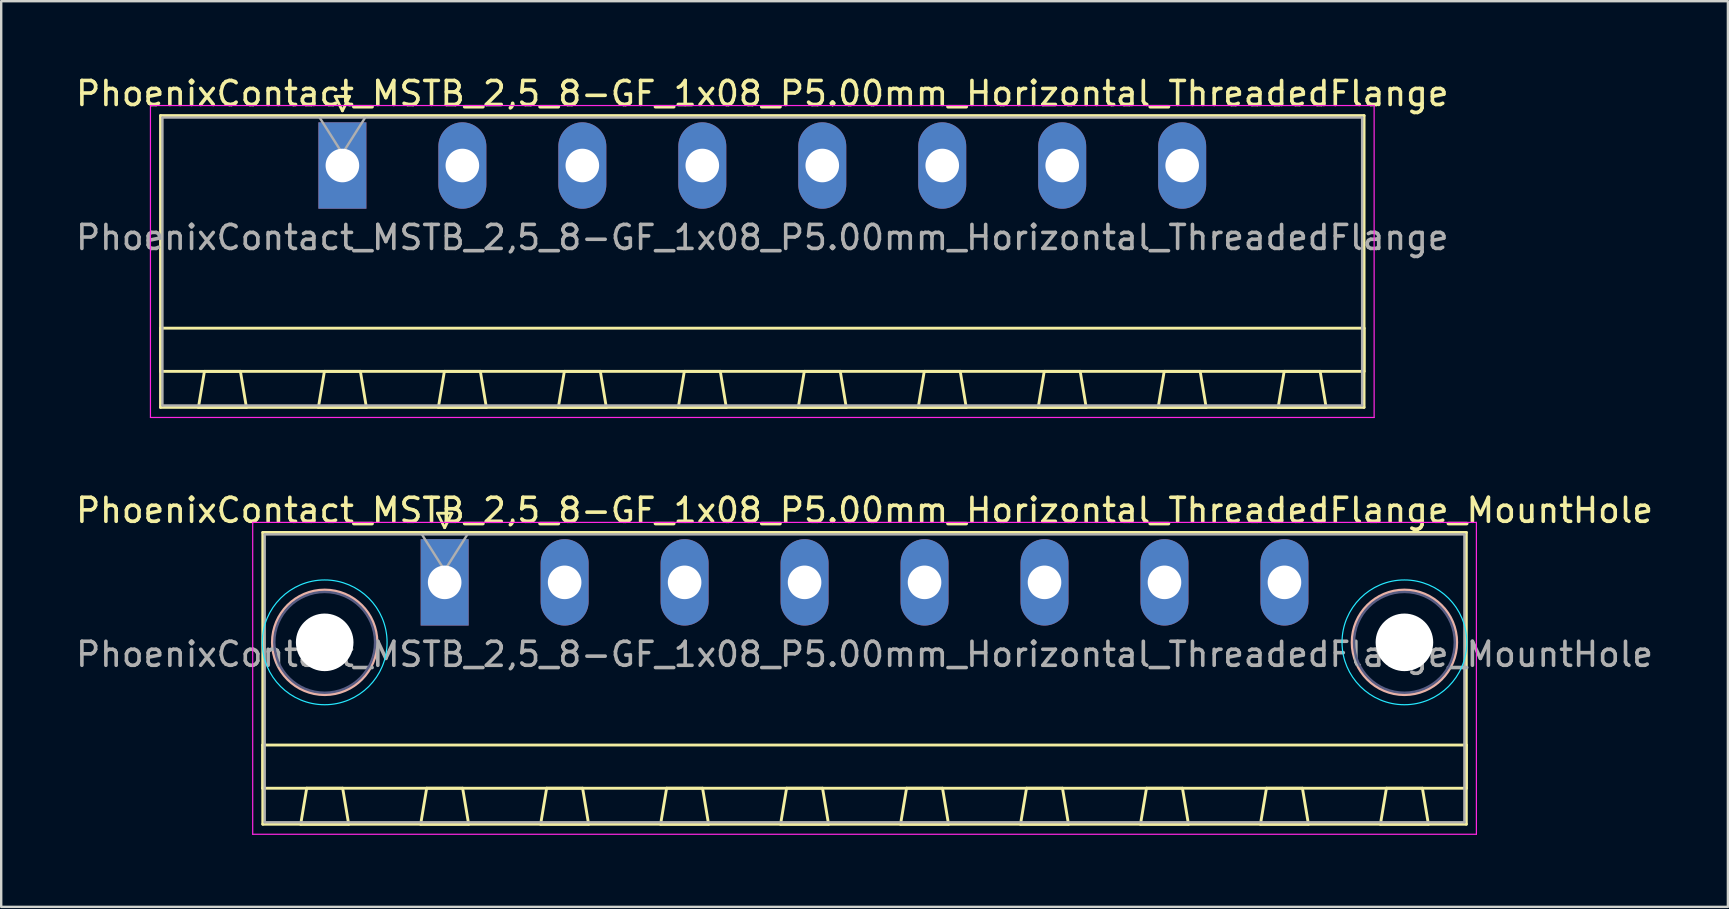
<source format=kicad_pcb>
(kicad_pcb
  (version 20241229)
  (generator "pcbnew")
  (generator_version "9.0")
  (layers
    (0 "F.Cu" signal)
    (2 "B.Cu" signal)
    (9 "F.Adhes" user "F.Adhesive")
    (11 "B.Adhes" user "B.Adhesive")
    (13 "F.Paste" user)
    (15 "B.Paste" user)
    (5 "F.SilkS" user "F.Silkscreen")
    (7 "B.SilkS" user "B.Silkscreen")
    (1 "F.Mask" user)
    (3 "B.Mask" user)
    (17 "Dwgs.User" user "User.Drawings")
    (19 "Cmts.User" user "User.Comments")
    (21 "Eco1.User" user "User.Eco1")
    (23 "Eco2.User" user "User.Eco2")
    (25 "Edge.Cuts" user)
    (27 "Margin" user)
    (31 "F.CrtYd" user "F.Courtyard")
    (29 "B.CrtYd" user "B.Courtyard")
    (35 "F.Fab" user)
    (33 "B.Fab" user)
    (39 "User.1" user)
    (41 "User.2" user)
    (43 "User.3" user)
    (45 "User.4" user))
  (footprint "PhoenixContact_MSTB_2,5_8-GF_1x08_P5.00mm_Horizontal_ThreadedFlange_MountHole"
    (layer "F.Cu")
    (at 15.482 21.221)
    (property "Reference" "PhoenixContact_MSTB_2,5_8-GF_1x08_P5.00mm_Horizontal_ThreadedFlange_MountHole" (at 17.5 -3 0) (layer "F.SilkS") (effects (font (size 1 1) (thickness 0.15))))
    (attr through_hole)
    (fp_line (start -7.58 -2.08) (end -7.58 10.08) (stroke (width 0.12) (type solid)) (layer "F.SilkS"))
    (fp_line (start -7.58 6.78) (end 42.58 6.78) (stroke (width 0.12) (type solid)) (layer "F.SilkS"))
    (fp_line (start -7.58 8.58) (end -7.58 6.78) (stroke (width 0.12) (type solid)) (layer "F.SilkS"))
    (fp_line (start -7.58 10.08) (end 42.58 10.08) (stroke (width 0.12) (type solid)) (layer "F.SilkS"))
    (fp_line (start -6 10.08) (end -4 10.08) (stroke (width 0.12) (type solid)) (layer "F.SilkS"))
    (fp_line (start -5.75 8.58) (end -6 10.08) (stroke (width 0.12) (type solid)) (layer "F.SilkS"))
    (fp_line (start -4.25 8.58) (end -5.75 8.58) (stroke (width 0.12) (type solid)) (layer "F.SilkS"))
    (fp_line (start -4 10.08) (end -4.25 8.58) (stroke (width 0.12) (type solid)) (layer "F.SilkS"))
    (fp_line (start -1 10.08) (end 1 10.08) (stroke (width 0.12) (type solid)) (layer "F.SilkS"))
    (fp_line (start -0.75 8.58) (end -1 10.08) (stroke (width 0.12) (type solid)) (layer "F.SilkS"))
    (fp_line (start -0.3 -2.88) (end 0.3 -2.88) (stroke (width 0.12) (type solid)) (layer "F.SilkS"))
    (fp_line (start 0 -2.28) (end -0.3 -2.88) (stroke (width 0.12) (type solid)) (layer "F.SilkS"))
    (fp_line (start 0.3 -2.88) (end 0 -2.28) (stroke (width 0.12) (type solid)) (layer "F.SilkS"))
    (fp_line (start 0.75 8.58) (end -0.75 8.58) (stroke (width 0.12) (type solid)) (layer "F.SilkS"))
    (fp_line (start 1 10.08) (end 0.75 8.58) (stroke (width 0.12) (type solid)) (layer "F.SilkS"))
    (fp_line (start 4 10.08) (end 6 10.08) (stroke (width 0.12) (type solid)) (layer "F.SilkS"))
    (fp_line (start 4.25 8.58) (end 4 10.08) (stroke (width 0.12) (type solid)) (layer "F.SilkS"))
    (fp_line (start 5.75 8.58) (end 4.25 8.58) (stroke (width 0.12) (type solid)) (layer "F.SilkS"))
    (fp_line (start 6 10.08) (end 5.75 8.58) (stroke (width 0.12) (type solid)) (layer "F.SilkS"))
    (fp_line (start 9 10.08) (end 11 10.08) (stroke (width 0.12) (type solid)) (layer "F.SilkS"))
    (fp_line (start 9.25 8.58) (end 9 10.08) (stroke (width 0.12) (type solid)) (layer "F.SilkS"))
    (fp_line (start 10.75 8.58) (end 9.25 8.58) (stroke (width 0.12) (type solid)) (layer "F.SilkS"))
    (fp_line (start 11 10.08) (end 10.75 8.58) (stroke (width 0.12) (type solid)) (layer "F.SilkS"))
    (fp_line (start 14 10.08) (end 16 10.08) (stroke (width 0.12) (type solid)) (layer "F.SilkS"))
    (fp_line (start 14.25 8.58) (end 14 10.08) (stroke (width 0.12) (type solid)) (layer "F.SilkS"))
    (fp_line (start 15.75 8.58) (end 14.25 8.58) (stroke (width 0.12) (type solid)) (layer "F.SilkS"))
    (fp_line (start 16 10.08) (end 15.75 8.58) (stroke (width 0.12) (type solid)) (layer "F.SilkS"))
    (fp_line (start 19 10.08) (end 21 10.08) (stroke (width 0.12) (type solid)) (layer "F.SilkS"))
    (fp_line (start 19.25 8.58) (end 19 10.08) (stroke (width 0.12) (type solid)) (layer "F.SilkS"))
    (fp_line (start 20.75 8.58) (end 19.25 8.58) (stroke (width 0.12) (type solid)) (layer "F.SilkS"))
    (fp_line (start 21 10.08) (end 20.75 8.58) (stroke (width 0.12) (type solid)) (layer "F.SilkS"))
    (fp_line (start 24 10.08) (end 26 10.08) (stroke (width 0.12) (type solid)) (layer "F.SilkS"))
    (fp_line (start 24.25 8.58) (end 24 10.08) (stroke (width 0.12) (type solid)) (layer "F.SilkS"))
    (fp_line (start 25.75 8.58) (end 24.25 8.58) (stroke (width 0.12) (type solid)) (layer "F.SilkS"))
    (fp_line (start 26 10.08) (end 25.75 8.58) (stroke (width 0.12) (type solid)) (layer "F.SilkS"))
    (fp_line (start 29 10.08) (end 31 10.08) (stroke (width 0.12) (type solid)) (layer "F.SilkS"))
    (fp_line (start 29.25 8.58) (end 29 10.08) (stroke (width 0.12) (type solid)) (layer "F.SilkS"))
    (fp_line (start 30.75 8.58) (end 29.25 8.58) (stroke (width 0.12) (type solid)) (layer "F.SilkS"))
    (fp_line (start 31 10.08) (end 30.75 8.58) (stroke (width 0.12) (type solid)) (layer "F.SilkS"))
    (fp_line (start 34 10.08) (end 36 10.08) (stroke (width 0.12) (type solid)) (layer "F.SilkS"))
    (fp_line (start 34.25 8.58) (end 34 10.08) (stroke (width 0.12) (type solid)) (layer "F.SilkS"))
    (fp_line (start 35.75 8.58) (end 34.25 8.58) (stroke (width 0.12) (type solid)) (layer "F.SilkS"))
    (fp_line (start 36 10.08) (end 35.75 8.58) (stroke (width 0.12) (type solid)) (layer "F.SilkS"))
    (fp_line (start 39 10.08) (end 41 10.08) (stroke (width 0.12) (type solid)) (layer "F.SilkS"))
    (fp_line (start 39.25 8.58) (end 39 10.08) (stroke (width 0.12) (type solid)) (layer "F.SilkS"))
    (fp_line (start 40.75 8.58) (end 39.25 8.58) (stroke (width 0.12) (type solid)) (layer "F.SilkS"))
    (fp_line (start 41 10.08) (end 40.75 8.58) (stroke (width 0.12) (type solid)) (layer "F.SilkS"))
    (fp_line (start 42.58 -2.08) (end -7.58 -2.08) (stroke (width 0.12) (type solid)) (layer "F.SilkS"))
    (fp_line (start 42.58 6.78) (end 42.58 8.58) (stroke (width 0.12) (type solid)) (layer "F.SilkS"))
    (fp_line (start 42.58 8.58) (end -7.58 8.58) (stroke (width 0.12) (type solid)) (layer "F.SilkS"))
    (fp_line (start 42.58 10.08) (end 42.58 -2.08) (stroke (width 0.12) (type solid)) (layer "F.SilkS"))
    (fp_circle (center -5 2.5) (end -2.82 2.5) (stroke (width 0.12) (type solid)) (fill no) (layer "B.SilkS"))
    (fp_circle (center 40 2.5) (end 42.18 2.5) (stroke (width 0.12) (type solid)) (fill no) (layer "B.SilkS"))
    (fp_circle (center -5 2.5) (end -2.4 2.5) (stroke (width 0.05) (type solid)) (fill no) (layer "B.CrtYd"))
    (fp_circle (center 40 2.5) (end 42.6 2.5) (stroke (width 0.05) (type solid)) (fill no) (layer "B.CrtYd"))
    (fp_line (start -8 -2.5) (end -8 10.5) (stroke (width 0.05) (type solid)) (layer "F.CrtYd"))
    (fp_line (start -8 10.5) (end 43 10.5) (stroke (width 0.05) (type solid)) (layer "F.CrtYd"))
    (fp_line (start 43 -2.5) (end -8 -2.5) (stroke (width 0.05) (type solid)) (layer "F.CrtYd"))
    (fp_line (start 43 10.5) (end 43 -2.5) (stroke (width 0.05) (type solid)) (layer "F.CrtYd"))
    (fp_circle (center -5 2.5) (end -2.9 2.5) (stroke (width 0.1) (type solid)) (fill no) (layer "B.Fab"))
    (fp_circle (center 40 2.5) (end 42.1 2.5) (stroke (width 0.1) (type solid)) (fill no) (layer "B.Fab"))
    (fp_line (start -7.5 -2) (end -7.5 10) (stroke (width 0.1) (type solid)) (layer "F.Fab"))
    (fp_line (start -7.5 10) (end 42.5 10) (stroke (width 0.1) (type solid)) (layer "F.Fab"))
    (fp_line (start 0 -0.5) (end -0.95 -2) (stroke (width 0.1) (type solid)) (layer "F.Fab"))
    (fp_line (start 0.95 -2) (end 0 -0.5) (stroke (width 0.1) (type solid)) (layer "F.Fab"))
    (fp_line (start 42.5 -2) (end -7.5 -2) (stroke (width 0.1) (type solid)) (layer "F.Fab"))
    (fp_line (start 42.5 10) (end 42.5 -2) (stroke (width 0.1) (type solid)) (layer "F.Fab"))
    (fp_text user "${REFERENCE}" (at 17.5 3 0) (layer "F.Fab") (effects (font (size 1 1) (thickness 0.15))))
    (pad "" np_thru_hole circle (at -5 2.5) (size 2.4 2.4) (drill 2.4) (layers "*.Cu" "*.Mask"))
    (pad "" np_thru_hole circle (at 40 2.5) (size 2.4 2.4) (drill 2.4) (layers "*.Cu" "*.Mask"))
    (pad "1" thru_hole rect (at 0 0) (size 2 3.6) (drill 1.4) (layers "*.Cu" "*.Mask"))
    (pad "2" thru_hole oval (at 5 0) (size 2 3.6) (drill 1.4) (layers "*.Cu" "*.Mask"))
    (pad "3" thru_hole oval (at 10 0) (size 2 3.6) (drill 1.4) (layers "*.Cu" "*.Mask"))
    (pad "4" thru_hole oval (at 15 0) (size 2 3.6) (drill 1.4) (layers "*.Cu" "*.Mask"))
    (pad "5" thru_hole oval (at 20 0) (size 2 3.6) (drill 1.4) (layers "*.Cu" "*.Mask"))
    (pad "6" thru_hole oval (at 25 0) (size 2 3.6) (drill 1.4) (layers "*.Cu" "*.Mask"))
    (pad "7" thru_hole oval (at 30 0) (size 2 3.6) (drill 1.4) (layers "*.Cu" "*.Mask"))
    (pad "8" thru_hole oval (at 35 0) (size 2 3.6) (drill 1.4) (layers "*.Cu" "*.Mask")))
  (footprint "PhoenixContact_MSTB_2,5_8-GF_1x08_P5.00mm_Horizontal_ThreadedFlange"
    (layer "F.Cu")
    (at 11.22 3.848)
    (property "Reference" "PhoenixContact_MSTB_2,5_8-GF_1x08_P5.00mm_Horizontal_ThreadedFlange" (at 17.5 -3 0) (layer "F.SilkS") (effects (font (size 1 1) (thickness 0.15))))
    (attr through_hole)
    (fp_line (start -7.58 -2.08) (end -7.58 10.08) (stroke (width 0.12) (type solid)) (layer "F.SilkS"))
    (fp_line (start -7.58 6.78) (end 42.58 6.78) (stroke (width 0.12) (type solid)) (layer "F.SilkS"))
    (fp_line (start -7.58 8.58) (end -7.58 6.78) (stroke (width 0.12) (type solid)) (layer "F.SilkS"))
    (fp_line (start -7.58 10.08) (end 42.58 10.08) (stroke (width 0.12) (type solid)) (layer "F.SilkS"))
    (fp_line (start -6 10.08) (end -4 10.08) (stroke (width 0.12) (type solid)) (layer "F.SilkS"))
    (fp_line (start -5.75 8.58) (end -6 10.08) (stroke (width 0.12) (type solid)) (layer "F.SilkS"))
    (fp_line (start -4.25 8.58) (end -5.75 8.58) (stroke (width 0.12) (type solid)) (layer "F.SilkS"))
    (fp_line (start -4 10.08) (end -4.25 8.58) (stroke (width 0.12) (type solid)) (layer "F.SilkS"))
    (fp_line (start -1 10.08) (end 1 10.08) (stroke (width 0.12) (type solid)) (layer "F.SilkS"))
    (fp_line (start -0.75 8.58) (end -1 10.08) (stroke (width 0.12) (type solid)) (layer "F.SilkS"))
    (fp_line (start -0.3 -2.88) (end 0.3 -2.88) (stroke (width 0.12) (type solid)) (layer "F.SilkS"))
    (fp_line (start 0 -2.28) (end -0.3 -2.88) (stroke (width 0.12) (type solid)) (layer "F.SilkS"))
    (fp_line (start 0.3 -2.88) (end 0 -2.28) (stroke (width 0.12) (type solid)) (layer "F.SilkS"))
    (fp_line (start 0.75 8.58) (end -0.75 8.58) (stroke (width 0.12) (type solid)) (layer "F.SilkS"))
    (fp_line (start 1 10.08) (end 0.75 8.58) (stroke (width 0.12) (type solid)) (layer "F.SilkS"))
    (fp_line (start 4 10.08) (end 6 10.08) (stroke (width 0.12) (type solid)) (layer "F.SilkS"))
    (fp_line (start 4.25 8.58) (end 4 10.08) (stroke (width 0.12) (type solid)) (layer "F.SilkS"))
    (fp_line (start 5.75 8.58) (end 4.25 8.58) (stroke (width 0.12) (type solid)) (layer "F.SilkS"))
    (fp_line (start 6 10.08) (end 5.75 8.58) (stroke (width 0.12) (type solid)) (layer "F.SilkS"))
    (fp_line (start 9 10.08) (end 11 10.08) (stroke (width 0.12) (type solid)) (layer "F.SilkS"))
    (fp_line (start 9.25 8.58) (end 9 10.08) (stroke (width 0.12) (type solid)) (layer "F.SilkS"))
    (fp_line (start 10.75 8.58) (end 9.25 8.58) (stroke (width 0.12) (type solid)) (layer "F.SilkS"))
    (fp_line (start 11 10.08) (end 10.75 8.58) (stroke (width 0.12) (type solid)) (layer "F.SilkS"))
    (fp_line (start 14 10.08) (end 16 10.08) (stroke (width 0.12) (type solid)) (layer "F.SilkS"))
    (fp_line (start 14.25 8.58) (end 14 10.08) (stroke (width 0.12) (type solid)) (layer "F.SilkS"))
    (fp_line (start 15.75 8.58) (end 14.25 8.58) (stroke (width 0.12) (type solid)) (layer "F.SilkS"))
    (fp_line (start 16 10.08) (end 15.75 8.58) (stroke (width 0.12) (type solid)) (layer "F.SilkS"))
    (fp_line (start 19 10.08) (end 21 10.08) (stroke (width 0.12) (type solid)) (layer "F.SilkS"))
    (fp_line (start 19.25 8.58) (end 19 10.08) (stroke (width 0.12) (type solid)) (layer "F.SilkS"))
    (fp_line (start 20.75 8.58) (end 19.25 8.58) (stroke (width 0.12) (type solid)) (layer "F.SilkS"))
    (fp_line (start 21 10.08) (end 20.75 8.58) (stroke (width 0.12) (type solid)) (layer "F.SilkS"))
    (fp_line (start 24 10.08) (end 26 10.08) (stroke (width 0.12) (type solid)) (layer "F.SilkS"))
    (fp_line (start 24.25 8.58) (end 24 10.08) (stroke (width 0.12) (type solid)) (layer "F.SilkS"))
    (fp_line (start 25.75 8.58) (end 24.25 8.58) (stroke (width 0.12) (type solid)) (layer "F.SilkS"))
    (fp_line (start 26 10.08) (end 25.75 8.58) (stroke (width 0.12) (type solid)) (layer "F.SilkS"))
    (fp_line (start 29 10.08) (end 31 10.08) (stroke (width 0.12) (type solid)) (layer "F.SilkS"))
    (fp_line (start 29.25 8.58) (end 29 10.08) (stroke (width 0.12) (type solid)) (layer "F.SilkS"))
    (fp_line (start 30.75 8.58) (end 29.25 8.58) (stroke (width 0.12) (type solid)) (layer "F.SilkS"))
    (fp_line (start 31 10.08) (end 30.75 8.58) (stroke (width 0.12) (type solid)) (layer "F.SilkS"))
    (fp_line (start 34 10.08) (end 36 10.08) (stroke (width 0.12) (type solid)) (layer "F.SilkS"))
    (fp_line (start 34.25 8.58) (end 34 10.08) (stroke (width 0.12) (type solid)) (layer "F.SilkS"))
    (fp_line (start 35.75 8.58) (end 34.25 8.58) (stroke (width 0.12) (type solid)) (layer "F.SilkS"))
    (fp_line (start 36 10.08) (end 35.75 8.58) (stroke (width 0.12) (type solid)) (layer "F.SilkS"))
    (fp_line (start 39 10.08) (end 41 10.08) (stroke (width 0.12) (type solid)) (layer "F.SilkS"))
    (fp_line (start 39.25 8.58) (end 39 10.08) (stroke (width 0.12) (type solid)) (layer "F.SilkS"))
    (fp_line (start 40.75 8.58) (end 39.25 8.58) (stroke (width 0.12) (type solid)) (layer "F.SilkS"))
    (fp_line (start 41 10.08) (end 40.75 8.58) (stroke (width 0.12) (type solid)) (layer "F.SilkS"))
    (fp_line (start 42.58 -2.08) (end -7.58 -2.08) (stroke (width 0.12) (type solid)) (layer "F.SilkS"))
    (fp_line (start 42.58 6.78) (end 42.58 8.58) (stroke (width 0.12) (type solid)) (layer "F.SilkS"))
    (fp_line (start 42.58 8.58) (end -7.58 8.58) (stroke (width 0.12) (type solid)) (layer "F.SilkS"))
    (fp_line (start 42.58 10.08) (end 42.58 -2.08) (stroke (width 0.12) (type solid)) (layer "F.SilkS"))
    (fp_line (start -8 -2.5) (end -8 10.5) (stroke (width 0.05) (type solid)) (layer "F.CrtYd"))
    (fp_line (start -8 10.5) (end 43 10.5) (stroke (width 0.05) (type solid)) (layer "F.CrtYd"))
    (fp_line (start 43 -2.5) (end -8 -2.5) (stroke (width 0.05) (type solid)) (layer "F.CrtYd"))
    (fp_line (start 43 10.5) (end 43 -2.5) (stroke (width 0.05) (type solid)) (layer "F.CrtYd"))
    (fp_line (start -7.5 -2) (end -7.5 10) (stroke (width 0.1) (type solid)) (layer "F.Fab"))
    (fp_line (start -7.5 10) (end 42.5 10) (stroke (width 0.1) (type solid)) (layer "F.Fab"))
    (fp_line (start 0 -0.5) (end -0.95 -2) (stroke (width 0.1) (type solid)) (layer "F.Fab"))
    (fp_line (start 0.95 -2) (end 0 -0.5) (stroke (width 0.1) (type solid)) (layer "F.Fab"))
    (fp_line (start 42.5 -2) (end -7.5 -2) (stroke (width 0.1) (type solid)) (layer "F.Fab"))
    (fp_line (start 42.5 10) (end 42.5 -2) (stroke (width 0.1) (type solid)) (layer "F.Fab"))
    (fp_text user "${REFERENCE}" (at 17.5 3 0) (layer "F.Fab") (effects (font (size 1 1) (thickness 0.15))))
    (pad "1" thru_hole rect (at 0 0) (size 2 3.6) (drill 1.4) (layers "*.Cu" "*.Mask"))
    (pad "2" thru_hole oval (at 5 0) (size 2 3.6) (drill 1.4) (layers "*.Cu" "*.Mask"))
    (pad "3" thru_hole oval (at 10 0) (size 2 3.6) (drill 1.4) (layers "*.Cu" "*.Mask"))
    (pad "4" thru_hole oval (at 15 0) (size 2 3.6) (drill 1.4) (layers "*.Cu" "*.Mask"))
    (pad "5" thru_hole oval (at 20 0) (size 2 3.6) (drill 1.4) (layers "*.Cu" "*.Mask"))
    (pad "6" thru_hole oval (at 25 0) (size 2 3.6) (drill 1.4) (layers "*.Cu" "*.Mask"))
    (pad "7" thru_hole oval (at 30 0) (size 2 3.6) (drill 1.4) (layers "*.Cu" "*.Mask"))
    (pad "8" thru_hole oval (at 35 0) (size 2 3.6) (drill 1.4) (layers "*.Cu" "*.Mask")))
  (gr_rect
    (start -3 -3)
    (end 68.964 34.746)
    (stroke (width 0.1) (type default))
    (fill no)
    (layer "Edge.Cuts")))
</source>
